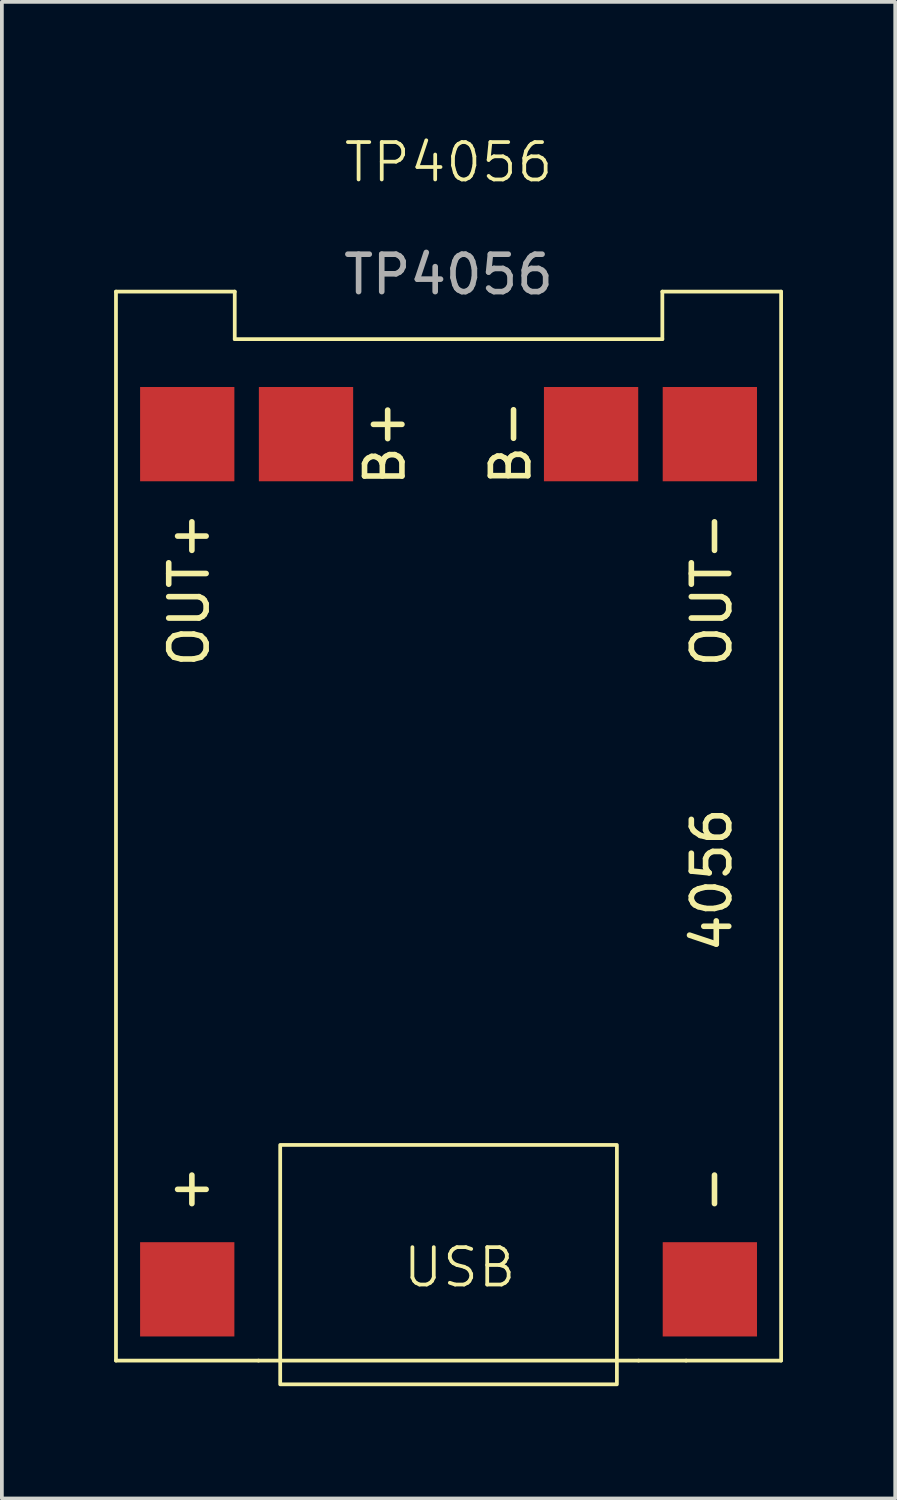
<source format=kicad_pcb>
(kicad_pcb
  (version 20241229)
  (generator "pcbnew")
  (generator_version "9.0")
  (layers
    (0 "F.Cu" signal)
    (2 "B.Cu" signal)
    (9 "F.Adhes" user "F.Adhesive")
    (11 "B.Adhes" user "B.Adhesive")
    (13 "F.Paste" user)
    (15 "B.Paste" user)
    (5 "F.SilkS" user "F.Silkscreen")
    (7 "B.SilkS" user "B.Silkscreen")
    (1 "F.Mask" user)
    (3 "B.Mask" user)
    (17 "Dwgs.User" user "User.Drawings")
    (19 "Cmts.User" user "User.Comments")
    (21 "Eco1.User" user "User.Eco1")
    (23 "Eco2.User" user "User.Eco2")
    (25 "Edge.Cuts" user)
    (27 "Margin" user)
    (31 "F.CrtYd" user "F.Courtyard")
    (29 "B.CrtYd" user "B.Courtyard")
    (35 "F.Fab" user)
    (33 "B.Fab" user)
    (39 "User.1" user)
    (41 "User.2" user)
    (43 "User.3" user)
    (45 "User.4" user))
  (footprint "TP4056"
    (layer "F.Cu")
    (at 8.94 0.25)
    (property "Reference" "TP4056" (at 0 1.04 0) (unlocked yes) (layer "F.SilkS") (effects (font (size 1 1) (thickness 0.1))))
    (attr smd)
    (fp_line (start -8.89 4.495) (end -8.89 33.07) (stroke (width 0.1) (type default)) (layer "F.SilkS"))
    (fp_line (start -8.89 33.07) (end -5.08 33.07) (stroke (width 0.1) (type default)) (layer "F.SilkS"))
    (fp_line (start -5.715 4.495) (end -8.89 4.495) (stroke (width 0.1) (type default)) (layer "F.SilkS"))
    (fp_line (start -5.715 5.765) (end -5.715 4.495) (stroke (width 0.1) (type default)) (layer "F.SilkS"))
    (fp_line (start 5.08 33.07) (end -5.08 33.07) (stroke (width 0.1) (type default)) (layer "F.SilkS"))
    (fp_line (start 5.08 33.07) (end 6.35 33.07) (stroke (width 0.1) (type default)) (layer "F.SilkS"))
    (fp_line (start 5.715 4.495) (end 5.715 5.765) (stroke (width 0.1) (type default)) (layer "F.SilkS"))
    (fp_line (start 5.715 5.765) (end -5.715 5.765) (stroke (width 0.1) (type default)) (layer "F.SilkS"))
    (fp_line (start 6.35 33.07) (end 8.89 33.07) (stroke (width 0.1) (type default)) (layer "F.SilkS"))
    (fp_line (start 8.89 4.495) (end 5.715 4.495) (stroke (width 0.1) (type default)) (layer "F.SilkS"))
    (fp_line (start 8.89 33.07) (end 8.89 4.495) (stroke (width 0.1) (type default)) (layer "F.SilkS"))
    (fp_rect (start -4.5 27.305) (end 4.5 33.705) (stroke (width 0.1) (type default)) (fill no) (layer "F.SilkS"))
    (fp_text user "4056" (at 7.62 22.225 90) (unlocked yes) (layer "F.SilkS") (effects (font (size 1 1) (thickness 0.15)) (justify left bottom)))
    (fp_text user "B+" (at -1.116 9.761 90) (unlocked yes) (layer "F.SilkS") (effects (font (size 1 1) (thickness 0.15)) (justify left bottom)))
    (fp_text user "+" (at -6.35 29.21 90) (unlocked yes) (layer "F.SilkS") (effects (font (size 1 1) (thickness 0.15)) (justify left bottom)))
    (fp_text user "B-" (at 2.248 9.752 90) (unlocked yes) (layer "F.SilkS") (effects (font (size 1 1) (thickness 0.15)) (justify left bottom)))
    (fp_text user "OUT+ " (at -6.35 14.605 90) (unlocked yes) (layer "F.SilkS") (effects (font (size 1 1) (thickness 0.15)) (justify left bottom)))
    (fp_text user "-" (at 7.62 29.21 90) (unlocked yes) (layer "F.SilkS") (effects (font (size 1 1) (thickness 0.15)) (justify left bottom)))
    (fp_text user "OUT-" (at 7.62 14.605 90) (unlocked yes) (layer "F.SilkS") (effects (font (size 1 1) (thickness 0.15)) (justify left bottom)))
    (fp_text user "USB" (at -1.27 31.165 0) (unlocked yes) (layer "F.SilkS") (effects (font (size 1 1) (thickness 0.1)) (justify left bottom)))
    (fp_text user "${REFERENCE}" (at 0 4.04 0) (unlocked yes) (layer "F.Fab") (effects (font (size 1 1) (thickness 0.15))))
    (pad "1" smd rect (at -6.985 8.305 90) (size 2.52 2.52) (layers "F.Cu" "F.Mask" "F.Paste"))
    (pad "2" smd rect (at -3.81 8.305 90) (size 2.52 2.52) (layers "F.Cu" "F.Mask" "F.Paste"))
    (pad "3" smd rect (at 3.81 8.305 90) (size 2.52 2.52) (layers "F.Cu" "F.Mask" "F.Paste"))
    (pad "4" smd rect (at 6.985 8.305 90) (size 2.52 2.52) (layers "F.Cu" "F.Mask" "F.Paste"))
    (pad "5" smd rect (at -6.985 31.165 90) (size 2.52 2.52) (layers "F.Cu" "F.Mask" "F.Paste"))
    (pad "6" smd rect (at 6.985 31.165 90) (size 2.52 2.52) (layers "F.Cu" "F.Mask" "F.Paste")))
  (gr_rect
    (start -3 -3)
    (end 20.88 37.005)
    (stroke (width 0.1) (type default))
    (fill no)
    (layer "Edge.Cuts")))
</source>
